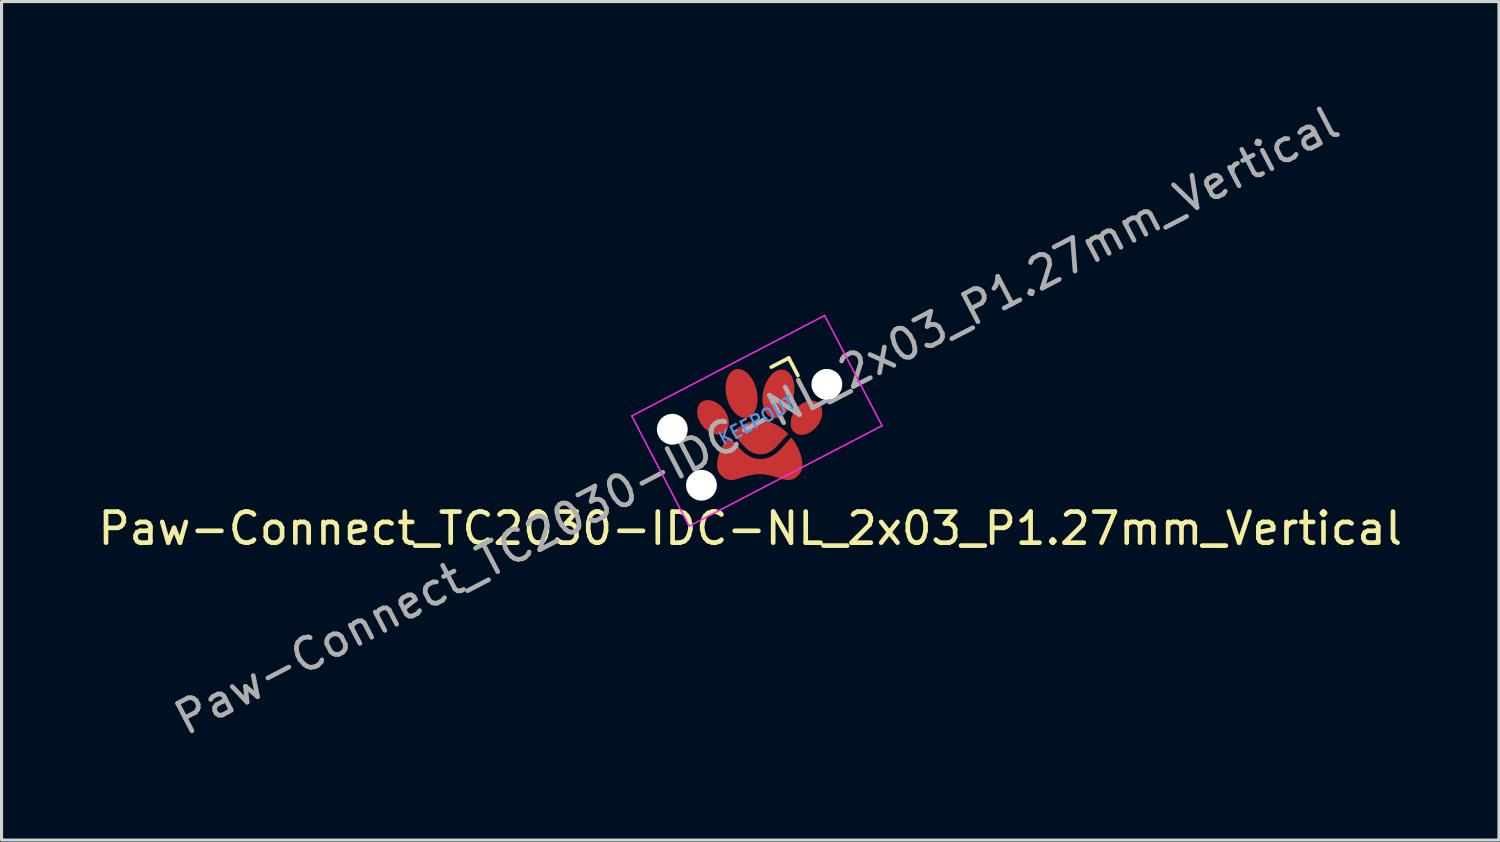
<source format=kicad_pcb>
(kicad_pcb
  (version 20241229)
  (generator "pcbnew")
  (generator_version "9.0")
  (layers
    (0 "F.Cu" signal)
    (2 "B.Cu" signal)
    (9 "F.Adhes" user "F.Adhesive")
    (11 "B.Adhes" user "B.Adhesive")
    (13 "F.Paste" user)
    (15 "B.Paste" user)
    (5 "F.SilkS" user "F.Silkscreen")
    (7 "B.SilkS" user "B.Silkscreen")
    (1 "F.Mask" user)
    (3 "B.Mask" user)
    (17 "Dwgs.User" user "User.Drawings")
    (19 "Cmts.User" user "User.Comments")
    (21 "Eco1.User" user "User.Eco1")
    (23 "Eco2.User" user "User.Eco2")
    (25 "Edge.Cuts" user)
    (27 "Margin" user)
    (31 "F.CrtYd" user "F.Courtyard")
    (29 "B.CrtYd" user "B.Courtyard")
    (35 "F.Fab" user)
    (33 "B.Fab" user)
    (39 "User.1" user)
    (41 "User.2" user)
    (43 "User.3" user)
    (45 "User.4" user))
  (footprint "Paw-Connect_TC2030-IDC-NL_2x03_P1.27mm_Vertical"
    (layer "F.Cu")
    (at 21.081 10.953)
    (property "Reference" "Paw-Connect_TC2030-IDC-NL_2x03_P1.27mm_Vertical" (at 0.02 3.01 0) (layer "F.SilkS") (effects (font (size 1 1) (thickness 0.15))))
    (attr exclude_from_pos_files exclude_from_bom)
    (fp_poly (pts (xy 0.391 -0.466) (xy 0.457 -0.459) (xy 0.522 -0.449) (xy 0.586 -0.435) (xy 0.649 -0.418) (xy 0.711 -0.397) (xy 0.771 -0.372) (xy 0.83 -0.344) (xy 0.888 -0.314) (xy 0.944 -0.28) (xy 0.998 -0.244) (xy 1.051 -0.206) (xy 1.102 -0.165) (xy 1.152 -0.122) (xy 1.199 -0.077) (xy 1.245 -0.03) (xy 1.219 -0.007) (xy 1.193 0.017) (xy 1.168 0.042) (xy 1.143 0.068) (xy 1.095 0.12) (xy 1.048 0.173) (xy 0.955 0.278) (xy 0.909 0.329) (xy 0.885 0.354) (xy 0.861 0.378) (xy 0.835 0.404) (xy 0.808 0.429) (xy 0.781 0.453) (xy 0.753 0.475) (xy 0.725 0.496) (xy 0.697 0.516) (xy 0.667 0.535) (xy 0.636 0.552) (xy 0.605 0.567) (xy 0.573 0.58) (xy 0.539 0.592) (xy 0.504 0.602) (xy 0.468 0.61) (xy 0.43 0.616) (xy 0.391 0.619) (xy 0.35 0.621) (xy 0.329 0.62) (xy 0.309 0.619) (xy 0.289 0.618) (xy 0.269 0.616) (xy 0.25 0.613) (xy 0.232 0.61) (xy 0.195 0.602) (xy 0.16 0.592) (xy 0.127 0.58) (xy 0.094 0.567) (xy 0.063 0.552) (xy 0.032 0.535) (xy 0.003 0.516) (xy -0.026 0.496) (xy -0.054 0.475) (xy -0.082 0.453) (xy -0.109 0.429) (xy -0.136 0.404) (xy -0.162 0.378) (xy -0.188 0.353) (xy -0.213 0.326) (xy -0.262 0.271) (xy -0.361 0.158) (xy -0.411 0.102) (xy -0.437 0.074) (xy -0.463 0.047) (xy -0.49 0.021) (xy -0.518 -0.005) (xy -0.546 -0.03) (xy -0.575 -0.055) (xy -0.529 -0.099) (xy -0.482 -0.142) (xy -0.434 -0.182) (xy -0.384 -0.221) (xy -0.332 -0.257) (xy -0.279 -0.291) (xy -0.224 -0.323) (xy -0.168 -0.352) (xy -0.111 -0.378) (xy -0.052 -0.401) (xy 0.008 -0.421) (xy 0.069 -0.437) (xy 0.131 -0.451) (xy 0.194 -0.46) (xy 0.258 -0.466) (xy 0.323 -0.468)) (stroke (width 0) (type solid)) (fill yes) (layer "F.Cu"))
    (fp_poly (pts (xy -0.356 -2.123) (xy -0.331 -2.121) (xy -0.306 -2.117) (xy -0.281 -2.111) (xy -0.256 -2.103) (xy -0.231 -2.094) (xy -0.206 -2.082) (xy -0.181 -2.069) (xy -0.157 -2.055) (xy -0.133 -2.038) (xy -0.109 -2.02) (xy -0.085 -2.001) (xy -0.062 -1.98) (xy -0.04 -1.958) (xy -0.018 -1.934) (xy 0.004 -1.908) (xy 0.025 -1.882) (xy 0.045 -1.854) (xy 0.065 -1.825) (xy 0.084 -1.794) (xy 0.102 -1.763) (xy 0.12 -1.73) (xy 0.136 -1.696) (xy 0.152 -1.661) (xy 0.167 -1.625) (xy 0.181 -1.588) (xy 0.194 -1.55) (xy 0.205 -1.511) (xy 0.216 -1.472) (xy 0.234 -1.392) (xy 0.246 -1.313) (xy 0.253 -1.236) (xy 0.255 -1.16) (xy 0.253 -1.087) (xy 0.245 -1.016) (xy 0.233 -0.949) (xy 0.216 -0.885) (xy 0.195 -0.825) (xy 0.17 -0.771) (xy 0.141 -0.721) (xy 0.107 -0.676) (xy 0.089 -0.656) (xy 0.07 -0.638) (xy 0.05 -0.621) (xy 0.03 -0.606) (xy 0.008 -0.593) (xy -0.015 -0.581) (xy -0.038 -0.571) (xy -0.062 -0.563) (xy -0.087 -0.557) (xy -0.112 -0.554) (xy -0.137 -0.552) (xy -0.162 -0.552) (xy -0.187 -0.554) (xy -0.212 -0.558) (xy -0.238 -0.564) (xy -0.263 -0.572) (xy -0.288 -0.581) (xy -0.313 -0.593) (xy -0.337 -0.606) (xy -0.362 -0.62) (xy -0.386 -0.637) (xy -0.409 -0.655) (xy -0.433 -0.674) (xy -0.456 -0.695) (xy -0.478 -0.718) (xy -0.501 -0.742) (xy -0.522 -0.767) (xy -0.543 -0.793) (xy -0.563 -0.821) (xy -0.583 -0.851) (xy -0.602 -0.881) (xy -0.62 -0.913) (xy -0.638 -0.945) (xy -0.654 -0.979) (xy -0.67 -1.014) (xy -0.685 -1.05) (xy -0.699 -1.087) (xy -0.712 -1.125) (xy -0.724 -1.164) (xy -0.734 -1.203) (xy -0.752 -1.283) (xy -0.764 -1.362) (xy -0.772 -1.44) (xy -0.774 -1.515) (xy -0.771 -1.589) (xy -0.763 -1.659) (xy -0.751 -1.727) (xy -0.734 -1.79) (xy -0.713 -1.85) (xy -0.688 -1.905) (xy -0.659 -1.955) (xy -0.626 -1.999) (xy -0.607 -2.019) (xy -0.588 -2.037) (xy -0.569 -2.054) (xy -0.548 -2.069) (xy -0.526 -2.083) (xy -0.504 -2.094) (xy -0.48 -2.104) (xy -0.456 -2.112) (xy -0.431 -2.118) (xy -0.406 -2.122) (xy -0.381 -2.123)) (stroke (width 0) (type solid)) (fill yes) (layer "F.Cu"))
    (fp_poly (pts (xy 1.052 -2.107) (xy 1.077 -2.104) (xy 1.102 -2.1) (xy 1.126 -2.094) (xy 1.151 -2.085) (xy 1.174 -2.075) (xy 1.196 -2.063) (xy 1.218 -2.049) (xy 1.239 -2.033) (xy 1.259 -2.016) (xy 1.277 -1.997) (xy 1.295 -1.977) (xy 1.329 -1.931) (xy 1.358 -1.881) (xy 1.383 -1.825) (xy 1.404 -1.765) (xy 1.42 -1.701) (xy 1.432 -1.634) (xy 1.439 -1.563) (xy 1.442 -1.49) (xy 1.44 -1.414) (xy 1.432 -1.337) (xy 1.42 -1.258) (xy 1.402 -1.179) (xy 1.391 -1.139) (xy 1.379 -1.101) (xy 1.366 -1.063) (xy 1.352 -1.026) (xy 1.337 -0.991) (xy 1.321 -0.956) (xy 1.304 -0.923) (xy 1.287 -0.89) (xy 1.268 -0.859) (xy 1.249 -0.829) (xy 1.23 -0.801) (xy 1.209 -0.773) (xy 1.188 -0.747) (xy 1.167 -0.722) (xy 1.144 -0.699) (xy 1.122 -0.677) (xy 1.099 -0.656) (xy 1.075 -0.638) (xy 1.051 -0.62) (xy 1.027 -0.604) (xy 1.003 -0.59) (xy 0.978 -0.578) (xy 0.953 -0.567) (xy 0.928 -0.558) (xy 0.903 -0.551) (xy 0.878 -0.546) (xy 0.853 -0.542) (xy 0.827 -0.54) (xy 0.802 -0.541) (xy 0.777 -0.543) (xy 0.752 -0.548) (xy 0.728 -0.554) (xy 0.703 -0.563) (xy 0.68 -0.573) (xy 0.658 -0.585) (xy 0.636 -0.599) (xy 0.615 -0.615) (xy 0.595 -0.632) (xy 0.576 -0.651) (xy 0.558 -0.671) (xy 0.525 -0.716) (xy 0.496 -0.767) (xy 0.471 -0.822) (xy 0.45 -0.882) (xy 0.434 -0.946) (xy 0.422 -1.014) (xy 0.414 -1.085) (xy 0.412 -1.158) (xy 0.414 -1.234) (xy 0.422 -1.311) (xy 0.434 -1.39) (xy 0.452 -1.469) (xy 0.452 -1.469) (xy 0.463 -1.508) (xy 0.475 -1.547) (xy 0.488 -1.585) (xy 0.502 -1.621) (xy 0.517 -1.657) (xy 0.533 -1.691) (xy 0.55 -1.725) (xy 0.567 -1.757) (xy 0.585 -1.788) (xy 0.605 -1.818) (xy 0.624 -1.847) (xy 0.645 -1.875) (xy 0.666 -1.901) (xy 0.687 -1.926) (xy 0.71 -1.949) (xy 0.732 -1.971) (xy 0.755 -1.991) (xy 0.779 -2.01) (xy 0.803 -2.028) (xy 0.827 -2.043) (xy 0.851 -2.057) (xy 0.876 -2.07) (xy 0.901 -2.081) (xy 0.926 -2.09) (xy 0.951 -2.097) (xy 0.976 -2.102) (xy 1.001 -2.106) (xy 1.027 -2.107)) (stroke (width 0) (type solid)) (fill yes) (layer "F.Cu"))
    (fp_poly (pts (xy -1.33 -1.124) (xy -1.307 -1.122) (xy -1.283 -1.12) (xy -1.259 -1.116) (xy -1.234 -1.11) (xy -1.21 -1.104) (xy -1.185 -1.096) (xy -1.161 -1.087) (xy -1.136 -1.077) (xy -1.112 -1.066) (xy -1.087 -1.053) (xy -1.063 -1.039) (xy -1.039 -1.024) (xy -1.015 -1.008) (xy -0.991 -0.991) (xy -0.968 -0.972) (xy -0.945 -0.953) (xy -0.922 -0.932) (xy -0.9 -0.91) (xy -0.857 -0.863) (xy -0.819 -0.814) (xy -0.786 -0.764) (xy -0.756 -0.713) (xy -0.73 -0.66) (xy -0.709 -0.607) (xy -0.693 -0.554) (xy -0.681 -0.501) (xy -0.673 -0.448) (xy -0.67 -0.397) (xy -0.67 -0.372) (xy -0.672 -0.347) (xy -0.675 -0.322) (xy -0.679 -0.299) (xy -0.684 -0.275) (xy -0.69 -0.253) (xy -0.698 -0.231) (xy -0.706 -0.209) (xy -0.716 -0.189) (xy -0.728 -0.169) (xy -0.74 -0.15) (xy -0.754 -0.132) (xy -0.769 -0.115) (xy -0.785 -0.099) (xy -0.802 -0.085) (xy -0.819 -0.072) (xy -0.838 -0.061) (xy -0.857 -0.05) (xy -0.876 -0.042) (xy -0.897 -0.034) (xy -0.918 -0.028) (xy -0.939 -0.023) (xy -0.961 -0.019) (xy -0.984 -0.017) (xy -1.007 -0.015) (xy -1.03 -0.016) (xy -1.053 -0.017) (xy -1.077 -0.02) (xy -1.101 -0.024) (xy -1.125 -0.029) (xy -1.15 -0.035) (xy -1.174 -0.043) (xy -1.199 -0.052) (xy -1.224 -0.062) (xy -1.248 -0.073) (xy -1.273 -0.086) (xy -1.297 -0.1) (xy -1.321 -0.115) (xy -1.345 -0.131) (xy -1.369 -0.148) (xy -1.392 -0.167) (xy -1.415 -0.187) (xy -1.438 -0.208) (xy -1.46 -0.23) (xy -1.502 -0.276) (xy -1.54 -0.325) (xy -1.574 -0.375) (xy -1.604 -0.427) (xy -1.629 -0.479) (xy -1.65 -0.532) (xy -1.667 -0.586) (xy -1.679 -0.639) (xy -1.687 -0.691) (xy -1.69 -0.743) (xy -1.689 -0.768) (xy -1.688 -0.793) (xy -1.685 -0.817) (xy -1.681 -0.841) (xy -1.676 -0.864) (xy -1.67 -0.887) (xy -1.662 -0.909) (xy -1.653 -0.93) (xy -1.643 -0.951) (xy -1.632 -0.97) (xy -1.62 -0.989) (xy -1.606 -1.007) (xy -1.591 -1.024) (xy -1.575 -1.04) (xy -1.558 -1.054) (xy -1.54 -1.067) (xy -1.522 -1.079) (xy -1.503 -1.089) (xy -1.483 -1.098) (xy -1.463 -1.105) (xy -1.442 -1.112) (xy -1.421 -1.117) (xy -1.399 -1.12) (xy -1.376 -1.123) (xy -1.353 -1.124)) (stroke (width 0) (type solid)) (fill yes) (layer "F.Cu"))
    (fp_poly (pts (xy 2.003 -1.11) (xy 2.026 -1.109) (xy 2.048 -1.107) (xy 2.07 -1.103) (xy 2.092 -1.097) (xy 2.113 -1.091) (xy 2.133 -1.083) (xy 2.153 -1.074) (xy 2.172 -1.064) (xy 2.19 -1.052) (xy 2.208 -1.039) (xy 2.224 -1.025) (xy 2.24 -1.009) (xy 2.255 -0.992) (xy 2.269 -0.974) (xy 2.282 -0.955) (xy 2.293 -0.935) (xy 2.303 -0.914) (xy 2.312 -0.893) (xy 2.319 -0.871) (xy 2.326 -0.848) (xy 2.331 -0.825) (xy 2.335 -0.801) (xy 2.337 -0.776) (xy 2.339 -0.752) (xy 2.339 -0.726) (xy 2.336 -0.675) (xy 2.328 -0.623) (xy 2.316 -0.57) (xy 2.299 -0.517) (xy 2.278 -0.464) (xy 2.253 -0.411) (xy 2.223 -0.36) (xy 2.189 -0.31) (xy 2.151 -0.262) (xy 2.109 -0.215) (xy 2.087 -0.194) (xy 2.064 -0.173) (xy 2.041 -0.153) (xy 2.017 -0.135) (xy 1.994 -0.118) (xy 1.97 -0.102) (xy 1.945 -0.087) (xy 1.921 -0.073) (xy 1.897 -0.061) (xy 1.872 -0.05) (xy 1.847 -0.04) (xy 1.823 -0.031) (xy 1.798 -0.024) (xy 1.774 -0.017) (xy 1.75 -0.012) (xy 1.726 -0.009) (xy 1.702 -0.006) (xy 1.678 -0.005) (xy 1.655 -0.005) (xy 1.632 -0.006) (xy 1.61 -0.009) (xy 1.588 -0.013) (xy 1.566 -0.018) (xy 1.545 -0.024) (xy 1.525 -0.032) (xy 1.505 -0.041) (xy 1.486 -0.051) (xy 1.468 -0.063) (xy 1.45 -0.076) (xy 1.434 -0.091) (xy 1.418 -0.106) (xy 1.403 -0.123) (xy 1.389 -0.141) (xy 1.376 -0.161) (xy 1.365 -0.18) (xy 1.355 -0.201) (xy 1.346 -0.222) (xy 1.339 -0.245) (xy 1.332 -0.267) (xy 1.327 -0.291) (xy 1.323 -0.314) (xy 1.321 -0.339) (xy 1.319 -0.364) (xy 1.319 -0.389) (xy 1.322 -0.44) (xy 1.33 -0.492) (xy 1.342 -0.545) (xy 1.359 -0.599) (xy 1.38 -0.651) (xy 1.405 -0.704) (xy 1.435 -0.755) (xy 1.469 -0.805) (xy 1.507 -0.854) (xy 1.549 -0.9) (xy 1.571 -0.922) (xy 1.594 -0.942) (xy 1.617 -0.962) (xy 1.641 -0.98) (xy 1.664 -0.998) (xy 1.688 -1.014) (xy 1.713 -1.028) (xy 1.737 -1.042) (xy 1.761 -1.054) (xy 1.786 -1.066) (xy 1.811 -1.075) (xy 1.835 -1.084) (xy 1.86 -1.092) (xy 1.884 -1.098) (xy 1.908 -1.103) (xy 1.932 -1.107) (xy 1.956 -1.109) (xy 1.98 -1.11)) (stroke (width 0) (type solid)) (fill yes) (layer "F.Cu"))
    (fp_poly (pts (xy -0.65 0.078) (xy -0.625 0.1) (xy -0.6 0.123) (xy -0.576 0.148) (xy -0.527 0.2) (xy -0.477 0.254) (xy -0.376 0.369) (xy -0.323 0.427) (xy -0.296 0.455) (xy -0.268 0.484) (xy -0.239 0.512) (xy -0.208 0.54) (xy -0.177 0.567) (xy -0.145 0.593) (xy -0.111 0.618) (xy -0.076 0.641) (xy -0.04 0.664) (xy -0.003 0.684) (xy 0.036 0.703) (xy 0.076 0.72) (xy 0.118 0.735) (xy 0.161 0.747) (xy 0.206 0.757) (xy 0.252 0.765) (xy 0.3 0.769) (xy 0.35 0.771) (xy 0.375 0.771) (xy 0.4 0.769) (xy 0.424 0.767) (xy 0.448 0.765) (xy 0.471 0.761) (xy 0.494 0.757) (xy 0.516 0.752) (xy 0.539 0.747) (xy 0.582 0.735) (xy 0.623 0.72) (xy 0.663 0.703) (xy 0.702 0.684) (xy 0.739 0.664) (xy 0.775 0.641) (xy 0.81 0.618) (xy 0.844 0.593) (xy 0.876 0.567) (xy 0.907 0.54) (xy 0.938 0.512) (xy 0.967 0.484) (xy 0.993 0.458) (xy 1.018 0.431) (xy 1.067 0.378) (xy 1.161 0.272) (xy 1.207 0.22) (xy 1.252 0.171) (xy 1.275 0.148) (xy 1.298 0.125) (xy 1.32 0.103) (xy 1.343 0.083) (xy 1.403 0.161) (xy 1.457 0.241) (xy 1.506 0.323) (xy 1.55 0.406) (xy 1.589 0.49) (xy 1.622 0.573) (xy 1.649 0.655) (xy 1.67 0.736) (xy 1.685 0.815) (xy 1.694 0.891) (xy 1.696 0.928) (xy 1.696 0.964) (xy 1.694 0.999) (xy 1.691 1.033) (xy 1.686 1.066) (xy 1.679 1.098) (xy 1.671 1.129) (xy 1.661 1.158) (xy 1.648 1.186) (xy 1.634 1.212) (xy 1.618 1.237) (xy 1.6 1.26) (xy 1.567 1.297) (xy 1.535 1.329) (xy 1.502 1.356) (xy 1.469 1.38) (xy 1.437 1.4) (xy 1.404 1.416) (xy 1.371 1.428) (xy 1.338 1.437) (xy 1.305 1.443) (xy 1.272 1.447) (xy 1.238 1.447) (xy 1.204 1.446) (xy 1.169 1.442) (xy 1.134 1.436) (xy 1.062 1.42) (xy 0.741 1.323) (xy 0.65 1.3) (xy 0.553 1.28) (xy 0.503 1.273) (xy 0.452 1.267) (xy 0.398 1.263) (xy 0.344 1.26) (xy 0.304 1.26) (xy 0.249 1.263) (xy 0.196 1.267) (xy 0.144 1.273) (xy 0.094 1.28) (xy 0.045 1.289) (xy -0.002 1.3) (xy -0.093 1.323) (xy -0.415 1.42) (xy -0.487 1.436) (xy -0.522 1.442) (xy -0.557 1.446) (xy -0.591 1.447) (xy -0.625 1.447) (xy -0.658 1.443) (xy -0.692 1.437) (xy -0.725 1.428) (xy -0.757 1.416) (xy -0.79 1.4) (xy -0.822 1.38) (xy -0.855 1.356) (xy -0.888 1.329) (xy -0.921 1.297) (xy -0.954 1.26) (xy -0.972 1.236) (xy -0.988 1.211) (xy -1.002 1.184) (xy -1.015 1.156) (xy -1.025 1.126) (xy -1.034 1.094) (xy -1.04 1.062) (xy -1.045 1.028) (xy -1.049 0.957) (xy -1.046 0.882) (xy -1.037 0.804) (xy -1.02 0.723) (xy -0.997 0.64) (xy -0.968 0.555) (xy -0.933 0.47) (xy -0.893 0.385) (xy -0.846 0.301) (xy -0.794 0.217) (xy -0.737 0.136) (xy -0.676 0.057)) (stroke (width 0) (type solid)) (fill yes) (layer "F.Cu"))
    (fp_poly (pts (xy 0.391 -0.466) (xy 0.457 -0.459) (xy 0.522 -0.449) (xy 0.586 -0.435) (xy 0.649 -0.418) (xy 0.711 -0.397) (xy 0.771 -0.372) (xy 0.83 -0.344) (xy 0.888 -0.314) (xy 0.944 -0.28) (xy 0.998 -0.244) (xy 1.051 -0.206) (xy 1.102 -0.165) (xy 1.152 -0.122) (xy 1.199 -0.077) (xy 1.245 -0.03) (xy 1.219 -0.007) (xy 1.193 0.017) (xy 1.168 0.042) (xy 1.143 0.068) (xy 1.095 0.12) (xy 1.048 0.173) (xy 0.955 0.278) (xy 0.909 0.329) (xy 0.885 0.354) (xy 0.861 0.378) (xy 0.835 0.404) (xy 0.808 0.429) (xy 0.781 0.453) (xy 0.753 0.475) (xy 0.725 0.496) (xy 0.697 0.516) (xy 0.667 0.535) (xy 0.636 0.552) (xy 0.605 0.567) (xy 0.573 0.58) (xy 0.539 0.592) (xy 0.504 0.602) (xy 0.468 0.61) (xy 0.43 0.616) (xy 0.391 0.619) (xy 0.35 0.621) (xy 0.329 0.62) (xy 0.309 0.619) (xy 0.289 0.618) (xy 0.269 0.616) (xy 0.25 0.613) (xy 0.232 0.61) (xy 0.195 0.602) (xy 0.16 0.592) (xy 0.127 0.58) (xy 0.094 0.567) (xy 0.063 0.552) (xy 0.032 0.535) (xy 0.003 0.516) (xy -0.026 0.496) (xy -0.054 0.475) (xy -0.082 0.453) (xy -0.109 0.429) (xy -0.136 0.404) (xy -0.162 0.378) (xy -0.188 0.353) (xy -0.213 0.326) (xy -0.262 0.271) (xy -0.361 0.158) (xy -0.411 0.102) (xy -0.437 0.074) (xy -0.463 0.047) (xy -0.49 0.021) (xy -0.518 -0.005) (xy -0.546 -0.03) (xy -0.575 -0.055) (xy -0.529 -0.099) (xy -0.482 -0.142) (xy -0.434 -0.182) (xy -0.384 -0.221) (xy -0.332 -0.257) (xy -0.279 -0.291) (xy -0.224 -0.323) (xy -0.168 -0.352) (xy -0.111 -0.378) (xy -0.052 -0.401) (xy 0.008 -0.421) (xy 0.069 -0.437) (xy 0.131 -0.451) (xy 0.194 -0.46) (xy 0.258 -0.466) (xy 0.323 -0.468)) (stroke (width 0) (type solid)) (fill yes) (layer "F.Mask"))
    (fp_poly (pts (xy -0.356 -2.123) (xy -0.331 -2.121) (xy -0.306 -2.117) (xy -0.281 -2.111) (xy -0.256 -2.103) (xy -0.231 -2.094) (xy -0.206 -2.082) (xy -0.181 -2.069) (xy -0.157 -2.055) (xy -0.133 -2.038) (xy -0.109 -2.02) (xy -0.085 -2.001) (xy -0.062 -1.98) (xy -0.04 -1.958) (xy -0.018 -1.934) (xy 0.004 -1.908) (xy 0.025 -1.882) (xy 0.045 -1.854) (xy 0.065 -1.825) (xy 0.084 -1.794) (xy 0.102 -1.763) (xy 0.12 -1.73) (xy 0.136 -1.696) (xy 0.152 -1.661) (xy 0.167 -1.625) (xy 0.181 -1.588) (xy 0.194 -1.55) (xy 0.205 -1.511) (xy 0.216 -1.472) (xy 0.234 -1.392) (xy 0.246 -1.313) (xy 0.253 -1.236) (xy 0.255 -1.16) (xy 0.253 -1.087) (xy 0.245 -1.016) (xy 0.233 -0.949) (xy 0.216 -0.885) (xy 0.195 -0.825) (xy 0.17 -0.771) (xy 0.141 -0.721) (xy 0.107 -0.676) (xy 0.089 -0.656) (xy 0.07 -0.638) (xy 0.05 -0.621) (xy 0.03 -0.606) (xy 0.008 -0.593) (xy -0.015 -0.581) (xy -0.038 -0.571) (xy -0.062 -0.563) (xy -0.087 -0.557) (xy -0.112 -0.554) (xy -0.137 -0.552) (xy -0.162 -0.552) (xy -0.187 -0.554) (xy -0.212 -0.558) (xy -0.238 -0.564) (xy -0.263 -0.572) (xy -0.288 -0.581) (xy -0.313 -0.593) (xy -0.337 -0.606) (xy -0.362 -0.62) (xy -0.386 -0.637) (xy -0.409 -0.655) (xy -0.433 -0.674) (xy -0.456 -0.695) (xy -0.478 -0.718) (xy -0.501 -0.742) (xy -0.522 -0.767) (xy -0.543 -0.793) (xy -0.563 -0.821) (xy -0.583 -0.851) (xy -0.602 -0.881) (xy -0.62 -0.913) (xy -0.638 -0.945) (xy -0.654 -0.979) (xy -0.67 -1.014) (xy -0.685 -1.05) (xy -0.699 -1.087) (xy -0.712 -1.125) (xy -0.724 -1.164) (xy -0.734 -1.203) (xy -0.752 -1.283) (xy -0.764 -1.362) (xy -0.772 -1.44) (xy -0.774 -1.515) (xy -0.771 -1.589) (xy -0.763 -1.659) (xy -0.751 -1.727) (xy -0.734 -1.79) (xy -0.713 -1.85) (xy -0.688 -1.905) (xy -0.659 -1.955) (xy -0.626 -1.999) (xy -0.607 -2.019) (xy -0.588 -2.037) (xy -0.569 -2.054) (xy -0.548 -2.069) (xy -0.526 -2.083) (xy -0.504 -2.094) (xy -0.48 -2.104) (xy -0.456 -2.112) (xy -0.431 -2.118) (xy -0.406 -2.122) (xy -0.381 -2.123)) (stroke (width 0) (type solid)) (fill yes) (layer "F.Mask"))
    (fp_poly (pts (xy 1.052 -2.107) (xy 1.077 -2.104) (xy 1.102 -2.1) (xy 1.126 -2.094) (xy 1.151 -2.085) (xy 1.174 -2.075) (xy 1.196 -2.063) (xy 1.218 -2.049) (xy 1.239 -2.033) (xy 1.259 -2.016) (xy 1.277 -1.997) (xy 1.295 -1.977) (xy 1.329 -1.931) (xy 1.358 -1.881) (xy 1.383 -1.825) (xy 1.404 -1.765) (xy 1.42 -1.701) (xy 1.432 -1.634) (xy 1.439 -1.563) (xy 1.442 -1.49) (xy 1.44 -1.414) (xy 1.432 -1.337) (xy 1.42 -1.258) (xy 1.402 -1.179) (xy 1.391 -1.139) (xy 1.379 -1.101) (xy 1.366 -1.063) (xy 1.352 -1.026) (xy 1.337 -0.991) (xy 1.321 -0.956) (xy 1.304 -0.923) (xy 1.287 -0.89) (xy 1.268 -0.859) (xy 1.249 -0.829) (xy 1.23 -0.801) (xy 1.209 -0.773) (xy 1.188 -0.747) (xy 1.167 -0.722) (xy 1.144 -0.699) (xy 1.122 -0.677) (xy 1.099 -0.656) (xy 1.075 -0.638) (xy 1.051 -0.62) (xy 1.027 -0.604) (xy 1.003 -0.59) (xy 0.978 -0.578) (xy 0.953 -0.567) (xy 0.928 -0.558) (xy 0.903 -0.551) (xy 0.878 -0.546) (xy 0.853 -0.542) (xy 0.827 -0.54) (xy 0.802 -0.541) (xy 0.777 -0.543) (xy 0.752 -0.548) (xy 0.728 -0.554) (xy 0.703 -0.563) (xy 0.68 -0.573) (xy 0.658 -0.585) (xy 0.636 -0.599) (xy 0.615 -0.615) (xy 0.595 -0.632) (xy 0.576 -0.651) (xy 0.558 -0.671) (xy 0.525 -0.716) (xy 0.496 -0.767) (xy 0.471 -0.822) (xy 0.45 -0.882) (xy 0.434 -0.946) (xy 0.422 -1.014) (xy 0.414 -1.085) (xy 0.412 -1.158) (xy 0.414 -1.234) (xy 0.422 -1.311) (xy 0.434 -1.39) (xy 0.452 -1.469) (xy 0.452 -1.469) (xy 0.463 -1.508) (xy 0.475 -1.547) (xy 0.488 -1.585) (xy 0.502 -1.621) (xy 0.517 -1.657) (xy 0.533 -1.691) (xy 0.55 -1.725) (xy 0.567 -1.757) (xy 0.585 -1.788) (xy 0.605 -1.818) (xy 0.624 -1.847) (xy 0.645 -1.875) (xy 0.666 -1.901) (xy 0.687 -1.926) (xy 0.71 -1.949) (xy 0.732 -1.971) (xy 0.755 -1.991) (xy 0.779 -2.01) (xy 0.803 -2.028) (xy 0.827 -2.043) (xy 0.851 -2.057) (xy 0.876 -2.07) (xy 0.901 -2.081) (xy 0.926 -2.09) (xy 0.951 -2.097) (xy 0.976 -2.102) (xy 1.001 -2.106) (xy 1.027 -2.107)) (stroke (width 0) (type solid)) (fill yes) (layer "F.Mask"))
    (fp_poly (pts (xy -1.33 -1.124) (xy -1.307 -1.122) (xy -1.283 -1.12) (xy -1.259 -1.116) (xy -1.234 -1.11) (xy -1.21 -1.104) (xy -1.185 -1.096) (xy -1.161 -1.087) (xy -1.136 -1.077) (xy -1.112 -1.066) (xy -1.087 -1.053) (xy -1.063 -1.039) (xy -1.039 -1.024) (xy -1.015 -1.008) (xy -0.991 -0.991) (xy -0.968 -0.972) (xy -0.945 -0.953) (xy -0.922 -0.932) (xy -0.9 -0.91) (xy -0.857 -0.863) (xy -0.819 -0.814) (xy -0.786 -0.764) (xy -0.756 -0.713) (xy -0.73 -0.66) (xy -0.709 -0.607) (xy -0.693 -0.554) (xy -0.681 -0.501) (xy -0.673 -0.448) (xy -0.67 -0.397) (xy -0.67 -0.372) (xy -0.672 -0.347) (xy -0.675 -0.322) (xy -0.679 -0.299) (xy -0.684 -0.275) (xy -0.69 -0.253) (xy -0.698 -0.231) (xy -0.706 -0.209) (xy -0.716 -0.189) (xy -0.728 -0.169) (xy -0.74 -0.15) (xy -0.754 -0.132) (xy -0.769 -0.115) (xy -0.785 -0.099) (xy -0.802 -0.085) (xy -0.819 -0.072) (xy -0.838 -0.061) (xy -0.857 -0.05) (xy -0.876 -0.042) (xy -0.897 -0.034) (xy -0.918 -0.028) (xy -0.939 -0.023) (xy -0.961 -0.019) (xy -0.984 -0.017) (xy -1.007 -0.015) (xy -1.03 -0.016) (xy -1.053 -0.017) (xy -1.077 -0.02) (xy -1.101 -0.024) (xy -1.125 -0.029) (xy -1.15 -0.035) (xy -1.174 -0.043) (xy -1.199 -0.052) (xy -1.224 -0.062) (xy -1.248 -0.073) (xy -1.273 -0.086) (xy -1.297 -0.1) (xy -1.321 -0.115) (xy -1.345 -0.131) (xy -1.369 -0.148) (xy -1.392 -0.167) (xy -1.415 -0.187) (xy -1.438 -0.208) (xy -1.46 -0.23) (xy -1.502 -0.276) (xy -1.54 -0.325) (xy -1.574 -0.375) (xy -1.604 -0.427) (xy -1.629 -0.479) (xy -1.65 -0.532) (xy -1.667 -0.586) (xy -1.679 -0.639) (xy -1.687 -0.691) (xy -1.69 -0.743) (xy -1.689 -0.768) (xy -1.688 -0.793) (xy -1.685 -0.817) (xy -1.681 -0.841) (xy -1.676 -0.864) (xy -1.67 -0.887) (xy -1.662 -0.909) (xy -1.653 -0.93) (xy -1.643 -0.951) (xy -1.632 -0.97) (xy -1.62 -0.989) (xy -1.606 -1.007) (xy -1.591 -1.024) (xy -1.575 -1.04) (xy -1.558 -1.054) (xy -1.54 -1.067) (xy -1.522 -1.079) (xy -1.503 -1.089) (xy -1.483 -1.098) (xy -1.463 -1.105) (xy -1.442 -1.112) (xy -1.421 -1.117) (xy -1.399 -1.12) (xy -1.376 -1.123) (xy -1.353 -1.124)) (stroke (width 0) (type solid)) (fill yes) (layer "F.Mask"))
    (fp_poly (pts (xy 2.003 -1.11) (xy 2.026 -1.109) (xy 2.048 -1.107) (xy 2.07 -1.103) (xy 2.092 -1.097) (xy 2.113 -1.091) (xy 2.133 -1.083) (xy 2.153 -1.074) (xy 2.172 -1.064) (xy 2.19 -1.052) (xy 2.208 -1.039) (xy 2.224 -1.025) (xy 2.24 -1.009) (xy 2.255 -0.992) (xy 2.269 -0.974) (xy 2.282 -0.955) (xy 2.293 -0.935) (xy 2.303 -0.914) (xy 2.312 -0.893) (xy 2.319 -0.871) (xy 2.326 -0.848) (xy 2.331 -0.825) (xy 2.335 -0.801) (xy 2.337 -0.776) (xy 2.339 -0.752) (xy 2.339 -0.726) (xy 2.336 -0.675) (xy 2.328 -0.623) (xy 2.316 -0.57) (xy 2.299 -0.517) (xy 2.278 -0.464) (xy 2.253 -0.411) (xy 2.223 -0.36) (xy 2.189 -0.31) (xy 2.151 -0.262) (xy 2.109 -0.215) (xy 2.087 -0.194) (xy 2.064 -0.173) (xy 2.041 -0.153) (xy 2.017 -0.135) (xy 1.994 -0.118) (xy 1.97 -0.102) (xy 1.945 -0.087) (xy 1.921 -0.073) (xy 1.897 -0.061) (xy 1.872 -0.05) (xy 1.847 -0.04) (xy 1.823 -0.031) (xy 1.798 -0.024) (xy 1.774 -0.017) (xy 1.75 -0.012) (xy 1.726 -0.009) (xy 1.702 -0.006) (xy 1.678 -0.005) (xy 1.655 -0.005) (xy 1.632 -0.006) (xy 1.61 -0.009) (xy 1.588 -0.013) (xy 1.566 -0.018) (xy 1.545 -0.024) (xy 1.525 -0.032) (xy 1.505 -0.041) (xy 1.486 -0.051) (xy 1.468 -0.063) (xy 1.45 -0.076) (xy 1.434 -0.091) (xy 1.418 -0.106) (xy 1.403 -0.123) (xy 1.389 -0.141) (xy 1.376 -0.161) (xy 1.365 -0.18) (xy 1.355 -0.201) (xy 1.346 -0.222) (xy 1.339 -0.245) (xy 1.332 -0.267) (xy 1.327 -0.291) (xy 1.323 -0.314) (xy 1.321 -0.339) (xy 1.319 -0.364) (xy 1.319 -0.389) (xy 1.322 -0.44) (xy 1.33 -0.492) (xy 1.342 -0.545) (xy 1.359 -0.599) (xy 1.38 -0.651) (xy 1.405 -0.704) (xy 1.435 -0.755) (xy 1.469 -0.805) (xy 1.507 -0.854) (xy 1.549 -0.9) (xy 1.571 -0.922) (xy 1.594 -0.942) (xy 1.617 -0.962) (xy 1.641 -0.98) (xy 1.664 -0.998) (xy 1.688 -1.014) (xy 1.713 -1.028) (xy 1.737 -1.042) (xy 1.761 -1.054) (xy 1.786 -1.066) (xy 1.811 -1.075) (xy 1.835 -1.084) (xy 1.86 -1.092) (xy 1.884 -1.098) (xy 1.908 -1.103) (xy 1.932 -1.107) (xy 1.956 -1.109) (xy 1.98 -1.11)) (stroke (width 0) (type solid)) (fill yes) (layer "F.Mask"))
    (fp_poly (pts (xy -0.65 0.078) (xy -0.625 0.1) (xy -0.6 0.123) (xy -0.576 0.148) (xy -0.527 0.2) (xy -0.477 0.254) (xy -0.376 0.369) (xy -0.323 0.427) (xy -0.296 0.455) (xy -0.268 0.484) (xy -0.239 0.512) (xy -0.208 0.54) (xy -0.177 0.567) (xy -0.145 0.593) (xy -0.111 0.618) (xy -0.076 0.641) (xy -0.04 0.664) (xy -0.003 0.684) (xy 0.036 0.703) (xy 0.076 0.72) (xy 0.118 0.735) (xy 0.161 0.747) (xy 0.206 0.757) (xy 0.252 0.765) (xy 0.3 0.769) (xy 0.35 0.771) (xy 0.375 0.771) (xy 0.4 0.769) (xy 0.424 0.767) (xy 0.448 0.765) (xy 0.471 0.761) (xy 0.494 0.757) (xy 0.516 0.752) (xy 0.539 0.747) (xy 0.582 0.735) (xy 0.623 0.72) (xy 0.663 0.703) (xy 0.702 0.684) (xy 0.739 0.664) (xy 0.775 0.641) (xy 0.81 0.618) (xy 0.844 0.593) (xy 0.876 0.567) (xy 0.907 0.54) (xy 0.938 0.512) (xy 0.967 0.484) (xy 0.993 0.458) (xy 1.018 0.431) (xy 1.067 0.378) (xy 1.161 0.272) (xy 1.207 0.22) (xy 1.252 0.171) (xy 1.275 0.148) (xy 1.298 0.125) (xy 1.32 0.103) (xy 1.343 0.083) (xy 1.403 0.161) (xy 1.457 0.241) (xy 1.506 0.323) (xy 1.55 0.406) (xy 1.589 0.49) (xy 1.622 0.573) (xy 1.649 0.655) (xy 1.67 0.736) (xy 1.685 0.815) (xy 1.694 0.891) (xy 1.696 0.928) (xy 1.696 0.964) (xy 1.694 0.999) (xy 1.691 1.033) (xy 1.686 1.066) (xy 1.679 1.098) (xy 1.671 1.129) (xy 1.661 1.158) (xy 1.648 1.186) (xy 1.634 1.212) (xy 1.618 1.237) (xy 1.6 1.26) (xy 1.567 1.297) (xy 1.535 1.329) (xy 1.502 1.356) (xy 1.469 1.38) (xy 1.437 1.4) (xy 1.404 1.416) (xy 1.371 1.428) (xy 1.338 1.437) (xy 1.305 1.443) (xy 1.272 1.447) (xy 1.238 1.447) (xy 1.204 1.446) (xy 1.169 1.442) (xy 1.134 1.436) (xy 1.062 1.42) (xy 0.741 1.323) (xy 0.65 1.3) (xy 0.553 1.28) (xy 0.503 1.273) (xy 0.452 1.267) (xy 0.398 1.263) (xy 0.344 1.26) (xy 0.304 1.26) (xy 0.249 1.263) (xy 0.196 1.267) (xy 0.144 1.273) (xy 0.094 1.28) (xy 0.045 1.289) (xy -0.002 1.3) (xy -0.093 1.323) (xy -0.415 1.42) (xy -0.487 1.436) (xy -0.522 1.442) (xy -0.557 1.446) (xy -0.591 1.447) (xy -0.625 1.447) (xy -0.658 1.443) (xy -0.692 1.437) (xy -0.725 1.428) (xy -0.757 1.416) (xy -0.79 1.4) (xy -0.822 1.38) (xy -0.855 1.356) (xy -0.888 1.329) (xy -0.921 1.297) (xy -0.954 1.26) (xy -0.972 1.236) (xy -0.988 1.211) (xy -1.002 1.184) (xy -1.015 1.156) (xy -1.025 1.126) (xy -1.034 1.094) (xy -1.04 1.062) (xy -1.045 1.028) (xy -1.049 0.957) (xy -1.046 0.882) (xy -1.037 0.804) (xy -1.02 0.723) (xy -0.997 0.64) (xy -0.968 0.555) (xy -0.933 0.47) (xy -0.893 0.385) (xy -0.846 0.301) (xy -0.794 0.217) (xy -0.737 0.136) (xy -0.676 0.057)) (stroke (width 0) (type solid)) (fill yes) (layer "F.Mask"))
    (fp_line (start 0.697 -2.187) (end 1.26 -2.48) (stroke (width 0.12) (type solid)) (layer "F.SilkS"))
    (fp_line (start 1.26 -2.48) (end 1.553 -1.917) (stroke (width 0.12) (type solid)) (layer "F.SilkS"))
    (fp_line (start -3.795 -0.615) (end 2.414 -3.847) (stroke (width 0.05) (type solid)) (layer "F.CrtYd"))
    (fp_line (start -1.948 2.933) (end -3.795 -0.615) (stroke (width 0.05) (type solid)) (layer "F.CrtYd"))
    (fp_line (start 2.414 -3.847) (end 4.261 -0.299) (stroke (width 0.05) (type solid)) (layer "F.CrtYd"))
    (fp_line (start 4.261 -0.299) (end -1.948 2.933) (stroke (width 0.05) (type solid)) (layer "F.CrtYd"))
    (fp_text user "KEEPOUT" (at 0.233 -0.457 207.5) (layer "Cmts.User") (effects (font (size 0.4 0.4) (thickness 0.07))))
    (fp_text user "${REFERENCE}" (at 0.233 -0.457 207.5) (layer "F.Fab") (effects (font (size 1 1) (thickness 0.15))))
    (pad "" np_thru_hole circle (at -2.489 -0.185 207.5) (size 0.991 0.991) (drill 0.991) (layers "*.Cu" "*.Mask"))
    (pad "" np_thru_hole circle (at -1.551 1.617 207.5) (size 0.991 0.991) (drill 0.991) (layers "*.Cu" "*.Mask"))
    (pad "" np_thru_hole circle (at 2.486 -1.63 207.5) (size 0.991 0.991) (drill 0.991) (layers "*.Cu" "*.Mask"))
    (pad "1" connect circle (at 0.93 -1.28 207.5) (size 0.787 0.787) (layers "F.Cu" "F.Mask"))
    (pad "2" connect circle (at 1.82 -0.56 207.5) (size 0.787 0.787) (layers "F.Cu" "F.Mask"))
    (pad "3" connect circle (at -0.27 -1.3 207.5) (size 0.787 0.787) (layers "F.Cu" "F.Mask"))
    (pad "4" connect circle (at 0.34 0.04 207.5) (size 0.787 0.787) (layers "F.Cu" "F.Mask"))
    (pad "5" connect circle (at -1.18 -0.58 207.5) (size 0.787 0.787) (layers "F.Cu" "F.Mask"))
    (pad "6" connect circle (at -0.56 0.88 207.5) (size 0.787 0.787) (layers "F.Cu" "F.Mask"))
    (zone (net_name "") (layer "F.Cu") (hatch full 0.508) (connect_pads) (min_thickness 0.254) (filled_areas_thickness no) (keepout (tracks allowed) (vias not_allowed) (pads allowed) (copperpour not_allowed) (footprints not_allowed)) (placement (enabled no)) (fill) (polygon (pts (xy 20.481 11.646) (xy 22.734 10.473) (xy 22.148 9.346) (xy 19.895 10.519)))))
  (gr_rect
    (start -3 -3)
    (end 45.202 23.992)
    (stroke (width 0.1) (type default))
    (fill no)
    (layer "Edge.Cuts")))
</source>
